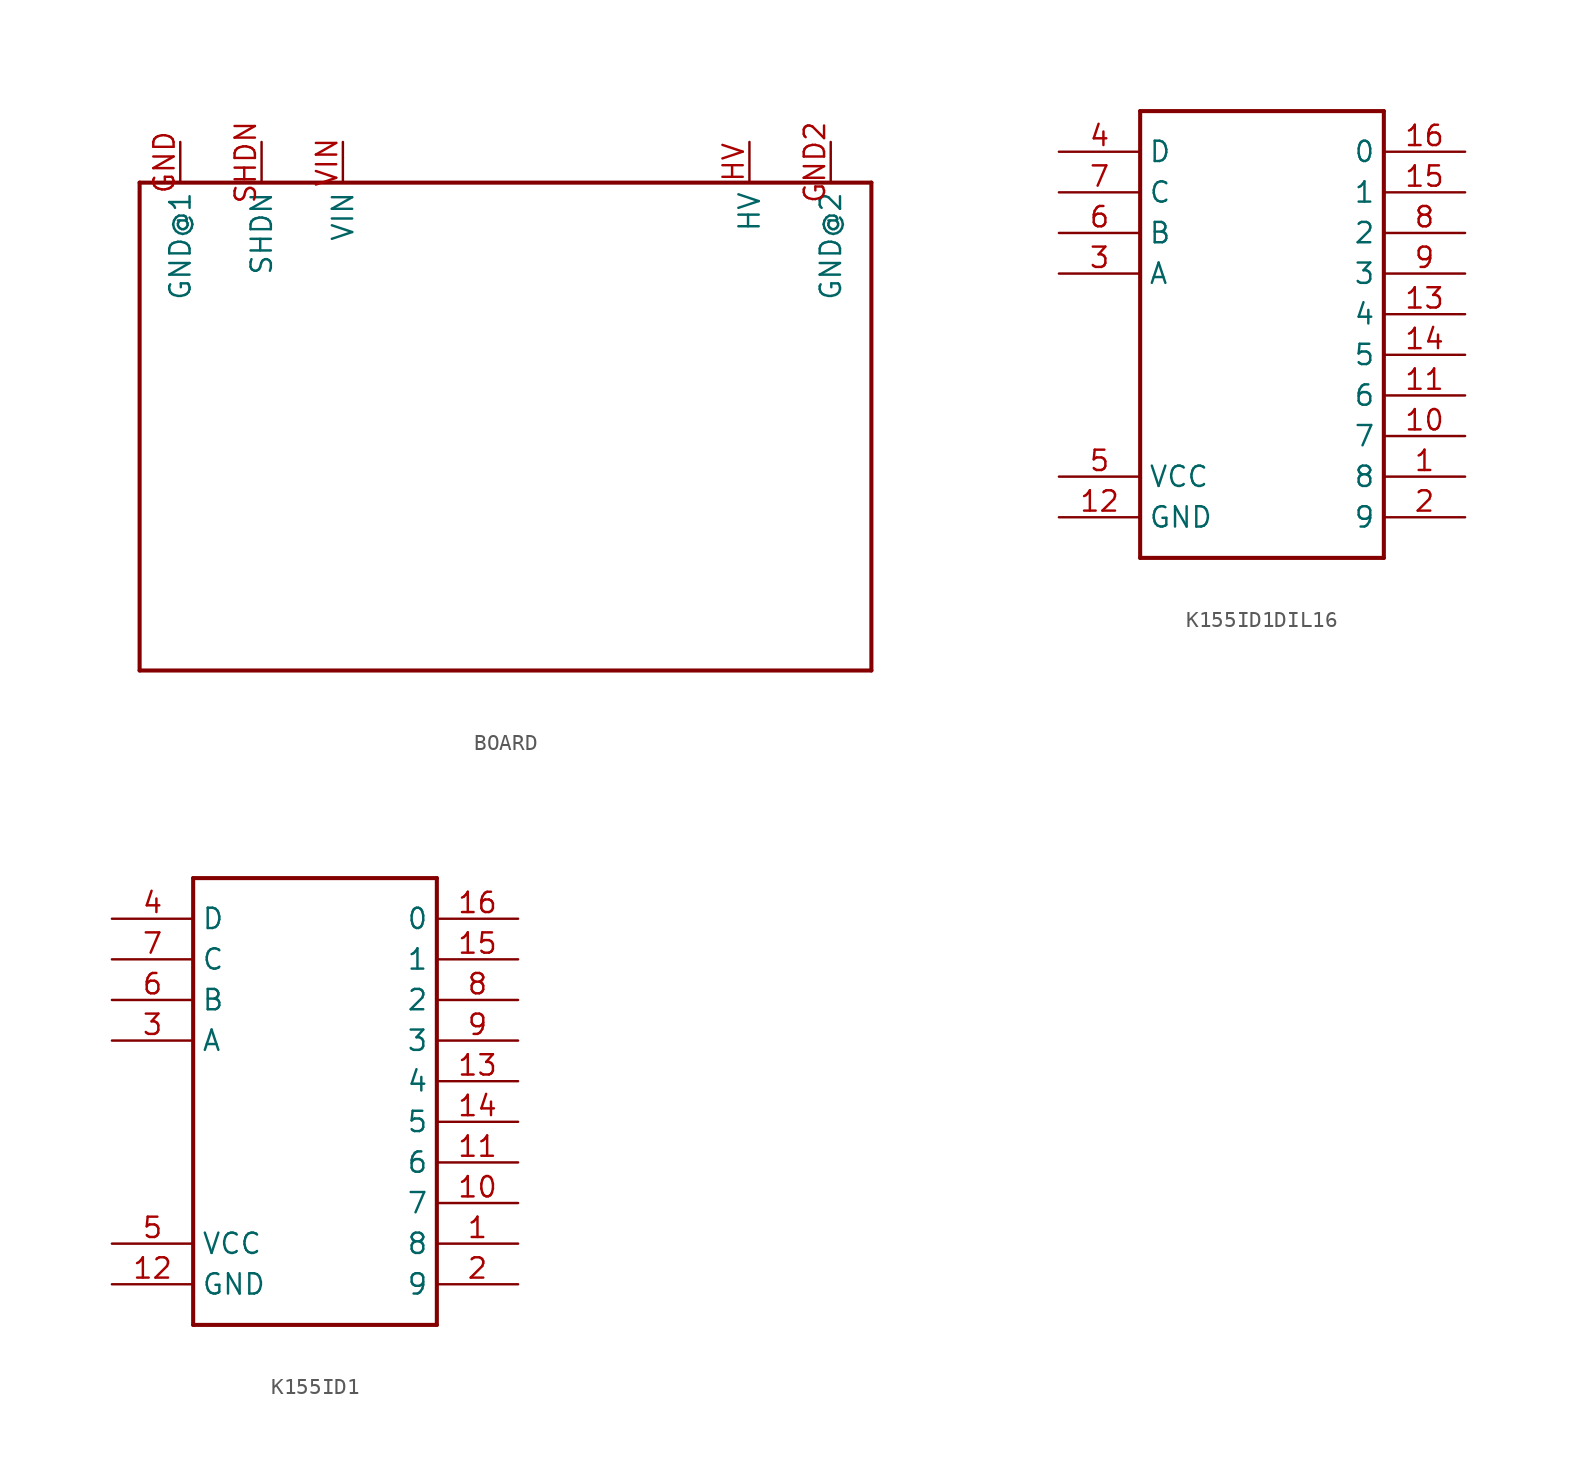
<source format=kicad_sym>
(kicad_symbol_lib
  (version 20220914)
  (generator kicad_symbol_editor)
  (symbol "BOARD"
    (property "Reference" ""
      (at 20.32 -5.08 0)
      (effects (font (size 1.27 1.079)) (justify left bottom) hide))
    (property "Value" ""
      (at 20.32 -22.86 0)
      (effects (font (size 1.27 1.079)) (justify left bottom)))
    (property "ki_locked" ""
      (at 0 0 0)
      (effects (font (size 1.27 1.27))))
    (symbol "BOARD_1_0"
      (polyline (pts (xy 0 -30.48) (xy 0 0)) (stroke (width 0.254) (type solid)) (fill (type none)))
      (polyline (pts (xy 0 0) (xy 45.72 0)) (stroke (width 0.254) (type solid)) (fill (type none)))
      (polyline (pts (xy 45.72 -30.48) (xy 0 -30.48)) (stroke (width 0.254) (type solid)) (fill (type none)))
      (polyline (pts (xy 45.72 0) (xy 45.72 -30.48)) (stroke (width 0.254) (type solid)) (fill (type none)))
      (pin bidirectional line (at 2.54 2.54 270) (length 2.54) (name "GND@1" (effects (font (size 1.27 1.27)))) (number "GND" (effects (font (size 1.27 1.27)))))
      (pin bidirectional line (at 43.18 2.54 270) (length 2.54) (name "GND@2" (effects (font (size 1.27 1.27)))) (number "GND2" (effects (font (size 1.27 1.27)))))
      (pin bidirectional line (at 38.1 2.54 270) (length 2.54) (name "HV" (effects (font (size 1.27 1.27)))) (number "HV" (effects (font (size 1.27 1.27)))))
      (pin bidirectional line (at 7.62 2.54 270) (length 2.54) (name "SHDN" (effects (font (size 1.27 1.27)))) (number "SHDN" (effects (font (size 1.27 1.27)))))
      (pin bidirectional line (at 12.7 2.54 270) (length 2.54) (name "VIN" (effects (font (size 1.27 1.27)))) (number "VIN" (effects (font (size 1.27 1.27)))))))
  (symbol "K155ID1DIL16"
    (property "Reference" ""
      (at -7.62 15.24 0)
      (effects (font (size 1.778 1.511)) (justify left bottom) hide))
    (property "ki_locked" ""
      (at 0 0 0)
      (effects (font (size 1.27 1.27))))
    (symbol "K155ID1DIL16_1_0"
      (polyline (pts (xy -7.62 -15.24) (xy 7.62 -15.24)) (stroke (width 0.254) (type solid)) (fill (type none)))
      (polyline (pts (xy -7.62 12.7) (xy -7.62 -15.24)) (stroke (width 0.254) (type solid)) (fill (type none)))
      (polyline (pts (xy 7.62 -15.24) (xy 7.62 12.7)) (stroke (width 0.254) (type solid)) (fill (type none)))
      (polyline (pts (xy 7.62 12.7) (xy -7.62 12.7)) (stroke (width 0.254) (type solid)) (fill (type none)))
      (pin bidirectional line (at 12.7 -10.16 180) (length 5.08) (name "8" (effects (font (size 1.27 1.27)))) (number "1" (effects (font (size 1.27 1.27)))))
      (pin bidirectional line (at 12.7 -7.62 180) (length 5.08) (name "7" (effects (font (size 1.27 1.27)))) (number "10" (effects (font (size 1.27 1.27)))))
      (pin bidirectional line (at 12.7 -5.08 180) (length 5.08) (name "6" (effects (font (size 1.27 1.27)))) (number "11" (effects (font (size 1.27 1.27)))))
      (pin bidirectional line (at -12.7 -12.7 0) (length 5.08) (name "GND" (effects (font (size 1.27 1.27)))) (number "12" (effects (font (size 1.27 1.27)))))
      (pin bidirectional line (at 12.7 0 180) (length 5.08) (name "4" (effects (font (size 1.27 1.27)))) (number "13" (effects (font (size 1.27 1.27)))))
      (pin bidirectional line (at 12.7 -2.54 180) (length 5.08) (name "5" (effects (font (size 1.27 1.27)))) (number "14" (effects (font (size 1.27 1.27)))))
      (pin bidirectional line (at 12.7 7.62 180) (length 5.08) (name "1" (effects (font (size 1.27 1.27)))) (number "15" (effects (font (size 1.27 1.27)))))
      (pin bidirectional line (at 12.7 10.16 180) (length 5.08) (name "0" (effects (font (size 1.27 1.27)))) (number "16" (effects (font (size 1.27 1.27)))))
      (pin bidirectional line (at 12.7 -12.7 180) (length 5.08) (name "9" (effects (font (size 1.27 1.27)))) (number "2" (effects (font (size 1.27 1.27)))))
      (pin input line (at -12.7 2.54 0) (length 5.08) (name "A" (effects (font (size 1.27 1.27)))) (number "3" (effects (font (size 1.27 1.27)))))
      (pin input line (at -12.7 10.16 0) (length 5.08) (name "D" (effects (font (size 1.27 1.27)))) (number "4" (effects (font (size 1.27 1.27)))))
      (pin bidirectional line (at -12.7 -10.16 0) (length 5.08) (name "VCC" (effects (font (size 1.27 1.27)))) (number "5" (effects (font (size 1.27 1.27)))))
      (pin input line (at -12.7 5.08 0) (length 5.08) (name "B" (effects (font (size 1.27 1.27)))) (number "6" (effects (font (size 1.27 1.27)))))
      (pin input line (at -12.7 7.62 0) (length 5.08) (name "C" (effects (font (size 1.27 1.27)))) (number "7" (effects (font (size 1.27 1.27)))))
      (pin bidirectional line (at 12.7 5.08 180) (length 5.08) (name "2" (effects (font (size 1.27 1.27)))) (number "8" (effects (font (size 1.27 1.27)))))
      (pin bidirectional line (at 12.7 2.54 180) (length 5.08) (name "3" (effects (font (size 1.27 1.27)))) (number "9" (effects (font (size 1.27 1.27)))))))
  (symbol "K155ID1"
    (property "Reference" ""
      (at -7.62 15.24 0)
      (effects (font (size 1.778 1.511)) (justify left bottom) hide))
    (property "ki_locked" ""
      (at 0 0 0)
      (effects (font (size 1.27 1.27))))
    (symbol "K155ID1_1_0"
      (polyline (pts (xy -7.62 -15.24) (xy 7.62 -15.24)) (stroke (width 0.254) (type solid)) (fill (type none)))
      (polyline (pts (xy -7.62 12.7) (xy -7.62 -15.24)) (stroke (width 0.254) (type solid)) (fill (type none)))
      (polyline (pts (xy 7.62 -15.24) (xy 7.62 12.7)) (stroke (width 0.254) (type solid)) (fill (type none)))
      (polyline (pts (xy 7.62 12.7) (xy -7.62 12.7)) (stroke (width 0.254) (type solid)) (fill (type none)))
      (pin bidirectional line (at 12.7 -10.16 180) (length 5.08) (name "8" (effects (font (size 1.27 1.27)))) (number "1" (effects (font (size 1.27 1.27)))))
      (pin bidirectional line (at 12.7 -7.62 180) (length 5.08) (name "7" (effects (font (size 1.27 1.27)))) (number "10" (effects (font (size 1.27 1.27)))))
      (pin bidirectional line (at 12.7 -5.08 180) (length 5.08) (name "6" (effects (font (size 1.27 1.27)))) (number "11" (effects (font (size 1.27 1.27)))))
      (pin bidirectional line (at -12.7 -12.7 0) (length 5.08) (name "GND" (effects (font (size 1.27 1.27)))) (number "12" (effects (font (size 1.27 1.27)))))
      (pin bidirectional line (at 12.7 0 180) (length 5.08) (name "4" (effects (font (size 1.27 1.27)))) (number "13" (effects (font (size 1.27 1.27)))))
      (pin bidirectional line (at 12.7 -2.54 180) (length 5.08) (name "5" (effects (font (size 1.27 1.27)))) (number "14" (effects (font (size 1.27 1.27)))))
      (pin bidirectional line (at 12.7 7.62 180) (length 5.08) (name "1" (effects (font (size 1.27 1.27)))) (number "15" (effects (font (size 1.27 1.27)))))
      (pin bidirectional line (at 12.7 10.16 180) (length 5.08) (name "0" (effects (font (size 1.27 1.27)))) (number "16" (effects (font (size 1.27 1.27)))))
      (pin bidirectional line (at 12.7 -12.7 180) (length 5.08) (name "9" (effects (font (size 1.27 1.27)))) (number "2" (effects (font (size 1.27 1.27)))))
      (pin input line (at -12.7 2.54 0) (length 5.08) (name "A" (effects (font (size 1.27 1.27)))) (number "3" (effects (font (size 1.27 1.27)))))
      (pin input line (at -12.7 10.16 0) (length 5.08) (name "D" (effects (font (size 1.27 1.27)))) (number "4" (effects (font (size 1.27 1.27)))))
      (pin bidirectional line (at -12.7 -10.16 0) (length 5.08) (name "VCC" (effects (font (size 1.27 1.27)))) (number "5" (effects (font (size 1.27 1.27)))))
      (pin input line (at -12.7 5.08 0) (length 5.08) (name "B" (effects (font (size 1.27 1.27)))) (number "6" (effects (font (size 1.27 1.27)))))
      (pin input line (at -12.7 7.62 0) (length 5.08) (name "C" (effects (font (size 1.27 1.27)))) (number "7" (effects (font (size 1.27 1.27)))))
      (pin bidirectional line (at 12.7 5.08 180) (length 5.08) (name "2" (effects (font (size 1.27 1.27)))) (number "8" (effects (font (size 1.27 1.27)))))
      (pin bidirectional line (at 12.7 2.54 180) (length 5.08) (name "3" (effects (font (size 1.27 1.27)))) (number "9" (effects (font (size 1.27 1.27))))))))
</source>
